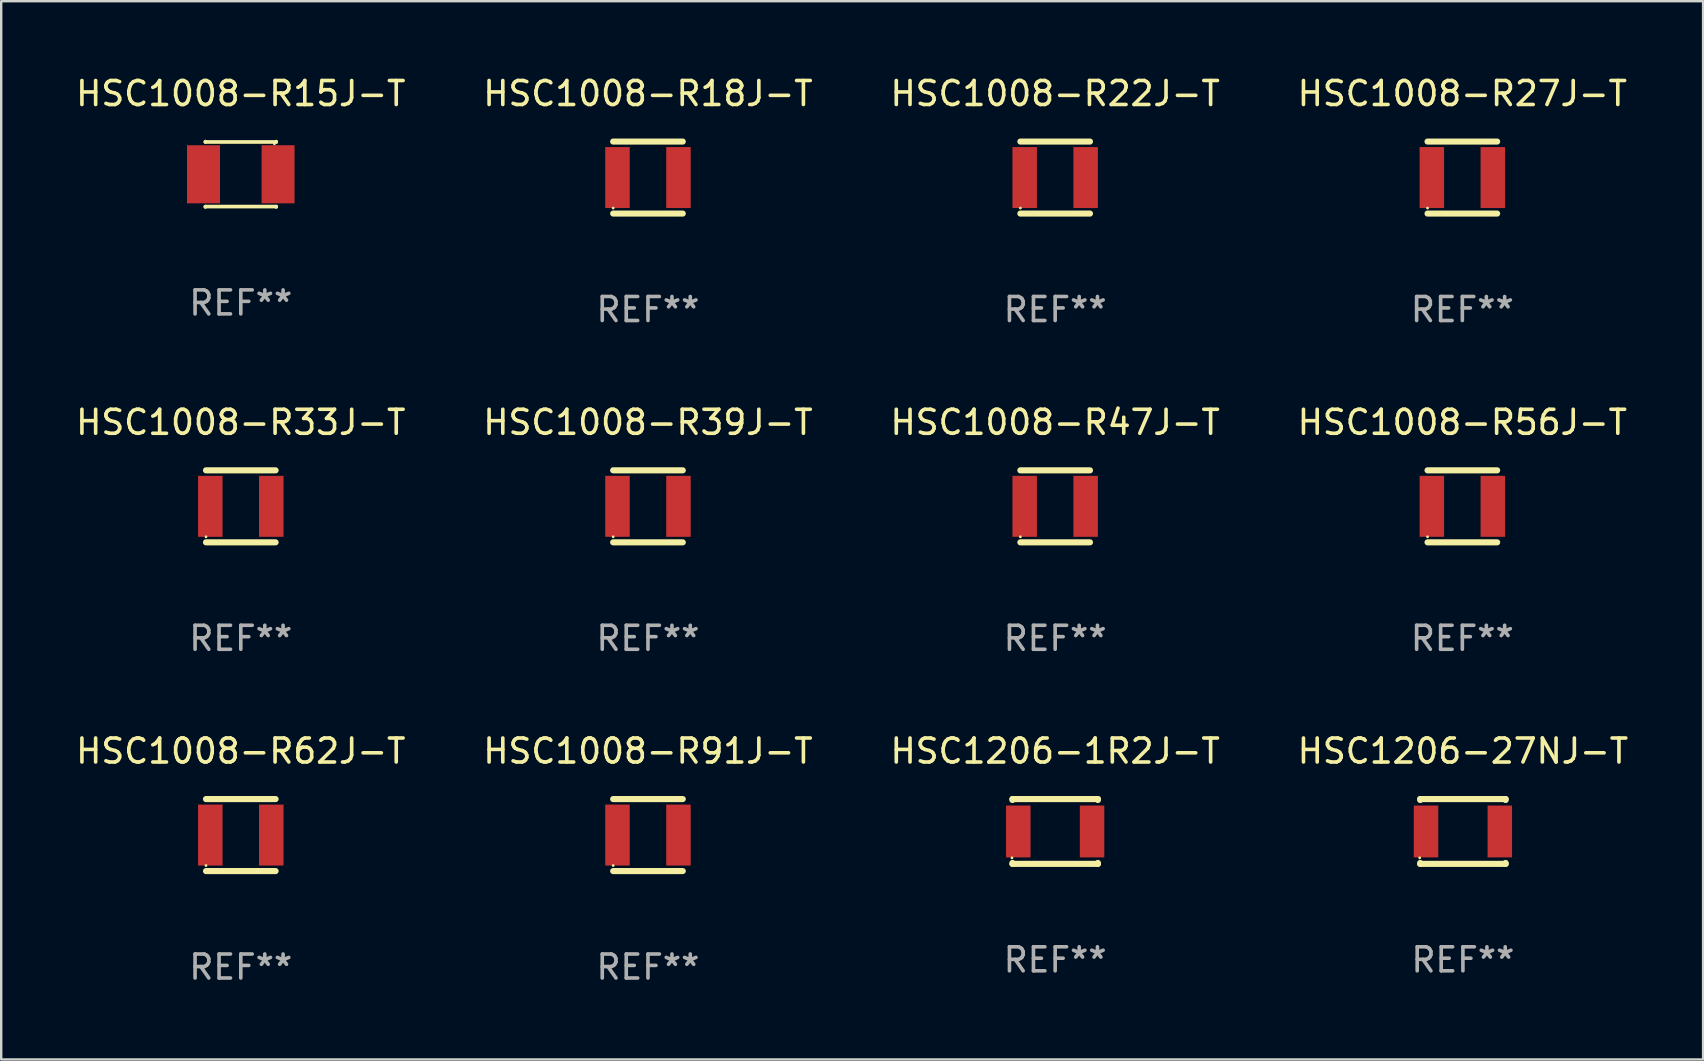
<source format=kicad_pcb>
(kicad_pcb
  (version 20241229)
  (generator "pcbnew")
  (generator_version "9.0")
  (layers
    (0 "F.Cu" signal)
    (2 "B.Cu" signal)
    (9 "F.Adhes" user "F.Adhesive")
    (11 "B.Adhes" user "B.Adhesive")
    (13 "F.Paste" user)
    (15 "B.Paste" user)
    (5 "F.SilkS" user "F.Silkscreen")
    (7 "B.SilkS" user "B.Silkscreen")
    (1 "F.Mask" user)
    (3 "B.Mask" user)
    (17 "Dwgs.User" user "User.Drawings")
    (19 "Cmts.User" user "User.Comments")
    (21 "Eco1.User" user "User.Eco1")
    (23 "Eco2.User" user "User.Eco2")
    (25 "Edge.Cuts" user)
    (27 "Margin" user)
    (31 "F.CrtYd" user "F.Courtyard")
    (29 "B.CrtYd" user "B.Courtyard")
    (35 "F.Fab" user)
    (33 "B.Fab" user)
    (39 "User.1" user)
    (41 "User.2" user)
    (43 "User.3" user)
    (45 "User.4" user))
  (footprint "HSC1008-R56J-T"
    (layer "F.Cu")
    (at 57.875 18.045)
    (property "Reference" "HSC1008-R56J-T" (at 0 -3.5 0) (layer "F.SilkS") (effects (font (size 1 1) (thickness 0.15))))
    (attr through_hole)
    (fp_line (start -1.45 -1.5) (end 1.45 -1.5) (stroke (width 0.254) (type solid)) (layer "F.SilkS"))
    (fp_line (start -1.45 1.5) (end 1.45 1.5) (stroke (width 0.254) (type solid)) (layer "F.SilkS"))
    (fp_circle (center -1.45 1.27) (end -1.42 1.27) (stroke (width 0.06) (type solid)) (fill no) (layer "F.SilkS"))
    (fp_text user "REF**" (at 0 5.5 0) (layer "F.Fab") (effects (font (size 1 1) (thickness 0.15))))
    (pad "1" smd rect (at -1.27 0 90) (size 2.54 1.02) (layers "F.Cu" "F.Mask" "F.Paste"))
    (pad "2" smd rect (at 1.27 0 90) (size 2.54 1.02) (layers "F.Cu" "F.Mask" "F.Paste")))
  (footprint "HSC1008-R47J-T"
    (layer "F.Cu")
    (at 40.911 18.045)
    (property "Reference" "HSC1008-R47J-T" (at 0 -3.5 0) (layer "F.SilkS") (effects (font (size 1 1) (thickness 0.15))))
    (attr through_hole)
    (fp_line (start -1.45 -1.5) (end 1.45 -1.5) (stroke (width 0.254) (type solid)) (layer "F.SilkS"))
    (fp_line (start -1.45 1.5) (end 1.45 1.5) (stroke (width 0.254) (type solid)) (layer "F.SilkS"))
    (fp_circle (center -1.45 1.27) (end -1.42 1.27) (stroke (width 0.06) (type solid)) (fill no) (layer "F.SilkS"))
    (fp_text user "REF**" (at 0 5.5 0) (layer "F.Fab") (effects (font (size 1 1) (thickness 0.15))))
    (pad "1" smd rect (at -1.27 0 90) (size 2.54 1.02) (layers "F.Cu" "F.Mask" "F.Paste"))
    (pad "2" smd rect (at 1.27 0 90) (size 2.54 1.02) (layers "F.Cu" "F.Mask" "F.Paste")))
  (footprint "HSC1206-1R2J-T"
    (layer "F.Cu")
    (at 40.911 31.591)
    (property "Reference" "HSC1206-1R2J-T" (at 0 -3.35 0) (layer "F.SilkS") (effects (font (size 1 1) (thickness 0.15))))
    (attr through_hole)
    (fp_line (start -1.78 -1.35) (end 1.78 -1.35) (stroke (width 0.254) (type solid)) (layer "F.SilkS"))
    (fp_line (start -1.78 -1.311) (end -1.78 -1.35) (stroke (width 0.254) (type solid)) (layer "F.SilkS"))
    (fp_line (start -1.78 1.35) (end -1.78 1.311) (stroke (width 0.254) (type solid)) (layer "F.SilkS"))
    (fp_line (start -1.78 1.35) (end 1.78 1.35) (stroke (width 0.254) (type solid)) (layer "F.SilkS"))
    (fp_line (start 1.78 -1.35) (end 1.78 -1.311) (stroke (width 0.254) (type solid)) (layer "F.SilkS"))
    (fp_line (start 1.78 1.311) (end 1.78 1.35) (stroke (width 0.254) (type solid)) (layer "F.SilkS"))
    (fp_circle (center -1.8 1.1) (end -1.77 1.1) (stroke (width 0.06) (type solid)) (fill no) (layer "F.SilkS"))
    (fp_text user "REF**" (at 0 5.35 0) (layer "F.Fab") (effects (font (size 1 1) (thickness 0.15))))
    (pad "1" smd rect (at -1.537 0 90) (size 2.16 1.02) (layers "F.Cu" "F.Mask" "F.Paste"))
    (pad "2" smd rect (at 1.537 0 90) (size 2.16 1.02) (layers "F.Cu" "F.Mask" "F.Paste")))
  (footprint "HSC1008-R91J-T"
    (layer "F.Cu")
    (at 23.946 31.741)
    (property "Reference" "HSC1008-R91J-T" (at 0 -3.5 0) (layer "F.SilkS") (effects (font (size 1 1) (thickness 0.15))))
    (attr through_hole)
    (fp_line (start -1.45 -1.5) (end 1.45 -1.5) (stroke (width 0.254) (type solid)) (layer "F.SilkS"))
    (fp_line (start -1.45 1.5) (end 1.45 1.5) (stroke (width 0.254) (type solid)) (layer "F.SilkS"))
    (fp_circle (center -1.45 1.27) (end -1.42 1.27) (stroke (width 0.06) (type solid)) (fill no) (layer "F.SilkS"))
    (fp_text user "REF**" (at 0 5.5 0) (layer "F.Fab") (effects (font (size 1 1) (thickness 0.15))))
    (pad "1" smd rect (at -1.27 0 90) (size 2.54 1.02) (layers "F.Cu" "F.Mask" "F.Paste"))
    (pad "2" smd rect (at 1.27 0 90) (size 2.54 1.02) (layers "F.Cu" "F.Mask" "F.Paste")))
  (footprint "HSC1206-27NJ-T"
    (layer "F.Cu")
    (at 57.899 31.591)
    (property "Reference" "HSC1206-27NJ-T" (at 0 -3.35 0) (layer "F.SilkS") (effects (font (size 1 1) (thickness 0.15))))
    (attr through_hole)
    (fp_line (start -1.78 -1.35) (end 1.78 -1.35) (stroke (width 0.254) (type solid)) (layer "F.SilkS"))
    (fp_line (start -1.78 -1.311) (end -1.78 -1.35) (stroke (width 0.254) (type solid)) (layer "F.SilkS"))
    (fp_line (start -1.78 1.35) (end -1.78 1.311) (stroke (width 0.254) (type solid)) (layer "F.SilkS"))
    (fp_line (start -1.78 1.35) (end 1.78 1.35) (stroke (width 0.254) (type solid)) (layer "F.SilkS"))
    (fp_line (start 1.78 -1.35) (end 1.78 -1.311) (stroke (width 0.254) (type solid)) (layer "F.SilkS"))
    (fp_line (start 1.78 1.311) (end 1.78 1.35) (stroke (width 0.254) (type solid)) (layer "F.SilkS"))
    (fp_circle (center -1.8 1.1) (end -1.77 1.1) (stroke (width 0.06) (type solid)) (fill no) (layer "F.SilkS"))
    (fp_text user "REF**" (at 0 5.35 0) (layer "F.Fab") (effects (font (size 1 1) (thickness 0.15))))
    (pad "1" smd rect (at -1.537 0 90) (size 2.16 1.02) (layers "F.Cu" "F.Mask" "F.Paste"))
    (pad "2" smd rect (at 1.537 0 90) (size 2.16 1.02) (layers "F.Cu" "F.Mask" "F.Paste")))
  (footprint "HSC1008-R33J-T"
    (layer "F.Cu")
    (at 6.982 18.045)
    (property "Reference" "HSC1008-R33J-T" (at 0 -3.5 0) (layer "F.SilkS") (effects (font (size 1 1) (thickness 0.15))))
    (attr through_hole)
    (fp_line (start -1.45 -1.5) (end 1.45 -1.5) (stroke (width 0.254) (type solid)) (layer "F.SilkS"))
    (fp_line (start -1.45 1.5) (end 1.45 1.5) (stroke (width 0.254) (type solid)) (layer "F.SilkS"))
    (fp_circle (center -1.45 1.27) (end -1.42 1.27) (stroke (width 0.06) (type solid)) (fill no) (layer "F.SilkS"))
    (fp_text user "REF**" (at 0 5.5 0) (layer "F.Fab") (effects (font (size 1 1) (thickness 0.15))))
    (pad "1" smd rect (at -1.27 0 90) (size 2.54 1.02) (layers "F.Cu" "F.Mask" "F.Paste"))
    (pad "2" smd rect (at 1.27 0 90) (size 2.54 1.02) (layers "F.Cu" "F.Mask" "F.Paste")))
  (footprint "HSC1008-R22J-T"
    (layer "F.Cu")
    (at 40.911 4.348)
    (property "Reference" "HSC1008-R22J-T" (at 0 -3.5 0) (layer "F.SilkS") (effects (font (size 1 1) (thickness 0.15))))
    (attr through_hole)
    (fp_line (start -1.45 -1.5) (end 1.45 -1.5) (stroke (width 0.254) (type solid)) (layer "F.SilkS"))
    (fp_line (start -1.45 1.5) (end 1.45 1.5) (stroke (width 0.254) (type solid)) (layer "F.SilkS"))
    (fp_circle (center -1.45 1.27) (end -1.42 1.27) (stroke (width 0.06) (type solid)) (fill no) (layer "F.SilkS"))
    (fp_text user "REF**" (at 0 5.5 0) (layer "F.Fab") (effects (font (size 1 1) (thickness 0.15))))
    (pad "1" smd rect (at -1.27 0 90) (size 2.54 1.02) (layers "F.Cu" "F.Mask" "F.Paste"))
    (pad "2" smd rect (at 1.27 0 90) (size 2.54 1.02) (layers "F.Cu" "F.Mask" "F.Paste")))
  (footprint "HSC1008-R15J-T"
    (layer "F.Cu")
    (at 6.982 4.211)
    (property "Reference" "HSC1008-R15J-T" (at 0 -3.362 0) (layer "F.SilkS") (effects (font (size 1 1) (thickness 0.15))))
    (attr through_hole)
    (fp_line (start -1.476 -1.362) (end -1.476 -1.346) (stroke (width 0.152) (type solid)) (layer "F.SilkS"))
    (fp_line (start -1.476 -1.346) (end 1.476 -1.346) (stroke (width 0.152) (type solid)) (layer "F.SilkS"))
    (fp_line (start -1.476 1.346) (end 1.476 1.346) (stroke (width 0.152) (type solid)) (layer "F.SilkS"))
    (fp_line (start -1.476 1.362) (end -1.476 1.346) (stroke (width 0.152) (type solid)) (layer "F.SilkS"))
    (fp_line (start 1.476 -1.346) (end 1.476 -1.362) (stroke (width 0.152) (type solid)) (layer "F.SilkS"))
    (fp_line (start 1.476 1.346) (end 1.476 1.362) (stroke (width 0.152) (type solid)) (layer "F.SilkS"))
    (fp_circle (center 1.4 -1.27) (end 1.43 -1.27) (stroke (width 0.06) (type solid)) (fill no) (layer "F.SilkS"))
    (fp_text user "REF**" (at 0 5.362 0) (layer "F.Fab") (effects (font (size 1 1) (thickness 0.15))))
    (pad "1" smd rect (at 1.553 0) (size 1.374 2.42) (layers "F.Cu" "F.Mask" "F.Paste"))
    (pad "2" smd rect (at -1.553 0) (size 1.374 2.42) (layers "F.Cu" "F.Mask" "F.Paste")))
  (footprint "HSC1008-R62J-T"
    (layer "F.Cu")
    (at 6.982 31.741)
    (property "Reference" "HSC1008-R62J-T" (at 0 -3.5 0) (layer "F.SilkS") (effects (font (size 1 1) (thickness 0.15))))
    (attr through_hole)
    (fp_line (start -1.45 -1.5) (end 1.45 -1.5) (stroke (width 0.254) (type solid)) (layer "F.SilkS"))
    (fp_line (start -1.45 1.5) (end 1.45 1.5) (stroke (width 0.254) (type solid)) (layer "F.SilkS"))
    (fp_circle (center -1.45 1.27) (end -1.42 1.27) (stroke (width 0.06) (type solid)) (fill no) (layer "F.SilkS"))
    (fp_text user "REF**" (at 0 5.5 0) (layer "F.Fab") (effects (font (size 1 1) (thickness 0.15))))
    (pad "1" smd rect (at -1.27 0 90) (size 2.54 1.02) (layers "F.Cu" "F.Mask" "F.Paste"))
    (pad "2" smd rect (at 1.27 0 90) (size 2.54 1.02) (layers "F.Cu" "F.Mask" "F.Paste")))
  (footprint "HSC1008-R27J-T"
    (layer "F.Cu")
    (at 57.875 4.348)
    (property "Reference" "HSC1008-R27J-T" (at 0 -3.5 0) (layer "F.SilkS") (effects (font (size 1 1) (thickness 0.15))))
    (attr through_hole)
    (fp_line (start -1.45 -1.5) (end 1.45 -1.5) (stroke (width 0.254) (type solid)) (layer "F.SilkS"))
    (fp_line (start -1.45 1.5) (end 1.45 1.5) (stroke (width 0.254) (type solid)) (layer "F.SilkS"))
    (fp_circle (center -1.45 1.27) (end -1.42 1.27) (stroke (width 0.06) (type solid)) (fill no) (layer "F.SilkS"))
    (fp_text user "REF**" (at 0 5.5 0) (layer "F.Fab") (effects (font (size 1 1) (thickness 0.15))))
    (pad "1" smd rect (at -1.27 0 90) (size 2.54 1.02) (layers "F.Cu" "F.Mask" "F.Paste"))
    (pad "2" smd rect (at 1.27 0 90) (size 2.54 1.02) (layers "F.Cu" "F.Mask" "F.Paste")))
  (footprint "HSC1008-R39J-T"
    (layer "F.Cu")
    (at 23.946 18.045)
    (property "Reference" "HSC1008-R39J-T" (at 0 -3.5 0) (layer "F.SilkS") (effects (font (size 1 1) (thickness 0.15))))
    (attr through_hole)
    (fp_line (start -1.45 -1.5) (end 1.45 -1.5) (stroke (width 0.254) (type solid)) (layer "F.SilkS"))
    (fp_line (start -1.45 1.5) (end 1.45 1.5) (stroke (width 0.254) (type solid)) (layer "F.SilkS"))
    (fp_circle (center -1.45 1.27) (end -1.42 1.27) (stroke (width 0.06) (type solid)) (fill no) (layer "F.SilkS"))
    (fp_text user "REF**" (at 0 5.5 0) (layer "F.Fab") (effects (font (size 1 1) (thickness 0.15))))
    (pad "1" smd rect (at -1.27 0 90) (size 2.54 1.02) (layers "F.Cu" "F.Mask" "F.Paste"))
    (pad "2" smd rect (at 1.27 0 90) (size 2.54 1.02) (layers "F.Cu" "F.Mask" "F.Paste")))
  (footprint "HSC1008-R18J-T"
    (layer "F.Cu")
    (at 23.946 4.348)
    (property "Reference" "HSC1008-R18J-T" (at 0 -3.5 0) (layer "F.SilkS") (effects (font (size 1 1) (thickness 0.15))))
    (attr through_hole)
    (fp_line (start -1.45 -1.5) (end 1.45 -1.5) (stroke (width 0.254) (type solid)) (layer "F.SilkS"))
    (fp_line (start -1.45 1.5) (end 1.45 1.5) (stroke (width 0.254) (type solid)) (layer "F.SilkS"))
    (fp_circle (center -1.45 1.27) (end -1.42 1.27) (stroke (width 0.06) (type solid)) (fill no) (layer "F.SilkS"))
    (fp_text user "REF**" (at 0 5.5 0) (layer "F.Fab") (effects (font (size 1 1) (thickness 0.15))))
    (pad "1" smd rect (at -1.27 0 90) (size 2.54 1.02) (layers "F.Cu" "F.Mask" "F.Paste"))
    (pad "2" smd rect (at 1.27 0 90) (size 2.54 1.02) (layers "F.Cu" "F.Mask" "F.Paste")))
  (gr_rect
    (start -3 -3)
    (end 67.905 41.09)
    (stroke (width 0.1) (type default))
    (fill no)
    (layer "Edge.Cuts")))
</source>
